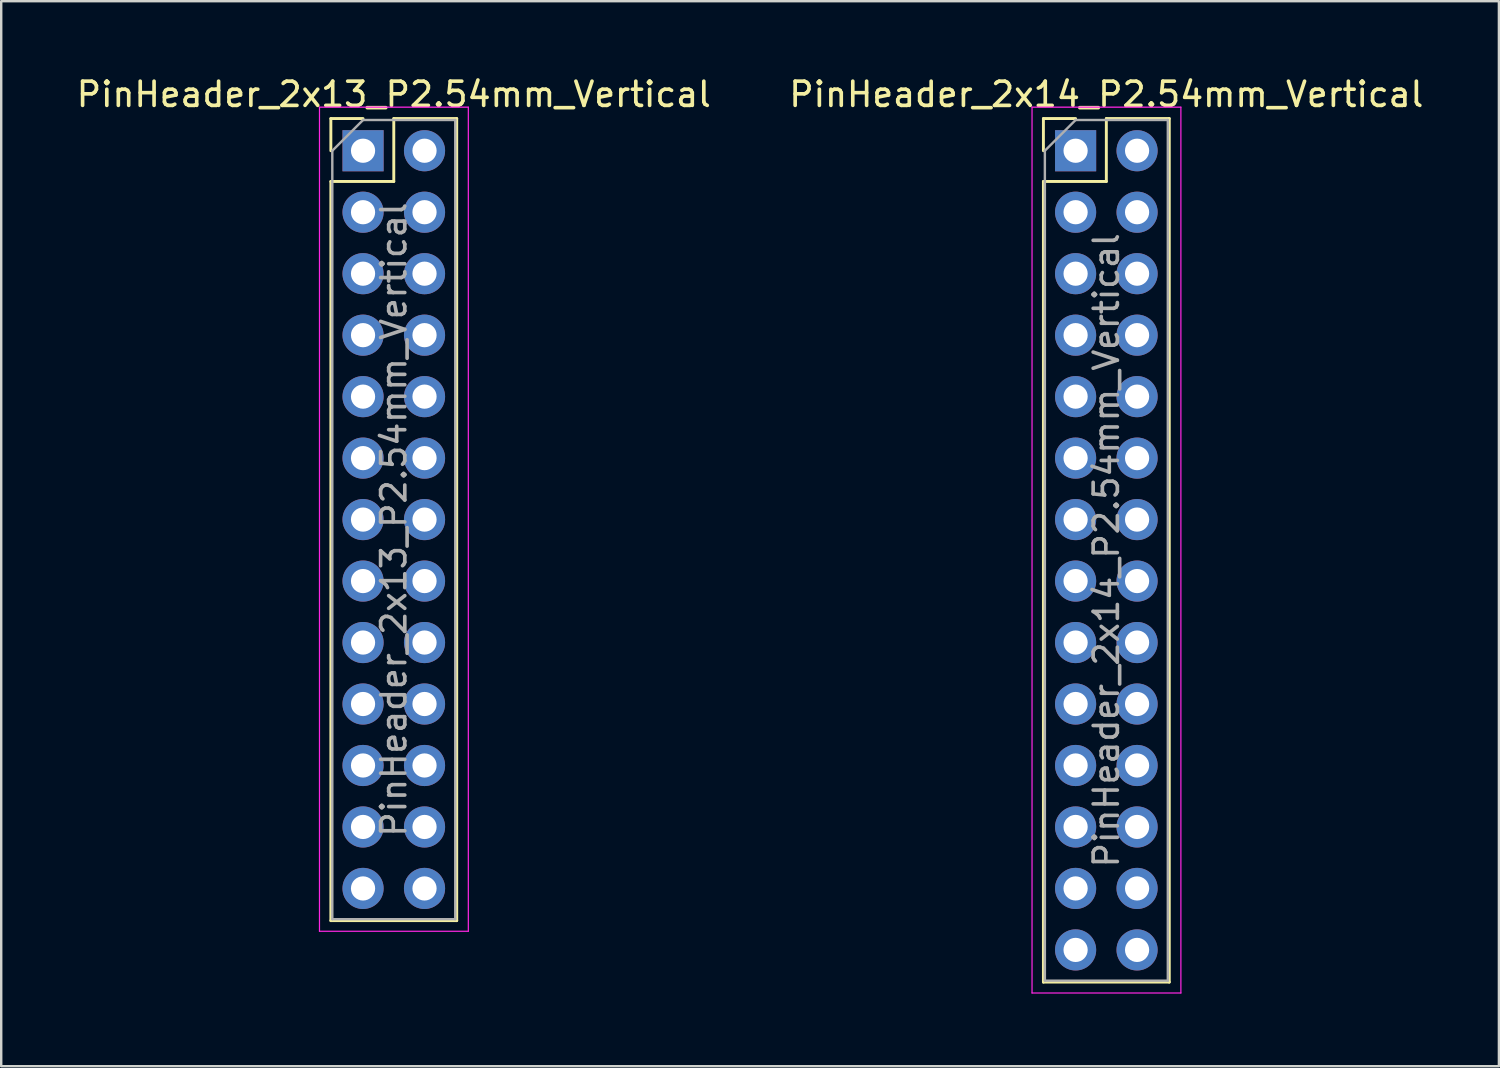
<source format=kicad_pcb>
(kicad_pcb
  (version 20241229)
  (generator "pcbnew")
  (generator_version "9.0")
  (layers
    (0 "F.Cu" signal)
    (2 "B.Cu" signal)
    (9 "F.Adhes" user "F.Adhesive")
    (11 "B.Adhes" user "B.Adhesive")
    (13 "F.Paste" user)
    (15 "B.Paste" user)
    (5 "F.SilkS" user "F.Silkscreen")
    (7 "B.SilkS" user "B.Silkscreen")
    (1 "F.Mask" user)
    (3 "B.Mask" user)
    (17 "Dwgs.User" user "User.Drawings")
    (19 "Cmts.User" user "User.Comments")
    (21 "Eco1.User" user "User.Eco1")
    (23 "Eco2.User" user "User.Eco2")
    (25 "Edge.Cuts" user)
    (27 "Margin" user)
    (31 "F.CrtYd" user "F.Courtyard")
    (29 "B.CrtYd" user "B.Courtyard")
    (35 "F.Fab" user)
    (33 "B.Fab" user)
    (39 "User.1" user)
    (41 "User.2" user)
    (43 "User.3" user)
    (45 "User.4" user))
  (footprint "PinHeader_2x13_P2.54mm_Vertical"
    (layer "F.Cu")
    (at 11.95 3.178)
    (property "Reference" "PinHeader_2x13_P2.54mm_Vertical" (at 1.27 -2.33 0) (layer "F.SilkS") (effects (font (size 1 1) (thickness 0.15))))
    (attr through_hole)
    (fp_line (start -1.33 -1.33) (end 0 -1.33) (stroke (width 0.12) (type solid)) (layer "F.SilkS"))
    (fp_line (start -1.33 0) (end -1.33 -1.33) (stroke (width 0.12) (type solid)) (layer "F.SilkS"))
    (fp_line (start -1.33 1.27) (end -1.33 31.81) (stroke (width 0.12) (type solid)) (layer "F.SilkS"))
    (fp_line (start -1.33 1.27) (end 1.27 1.27) (stroke (width 0.12) (type solid)) (layer "F.SilkS"))
    (fp_line (start -1.33 31.81) (end 3.87 31.81) (stroke (width 0.12) (type solid)) (layer "F.SilkS"))
    (fp_line (start 1.27 -1.33) (end 3.87 -1.33) (stroke (width 0.12) (type solid)) (layer "F.SilkS"))
    (fp_line (start 1.27 1.27) (end 1.27 -1.33) (stroke (width 0.12) (type solid)) (layer "F.SilkS"))
    (fp_line (start 3.87 -1.33) (end 3.87 31.81) (stroke (width 0.12) (type solid)) (layer "F.SilkS"))
    (fp_line (start -1.8 -1.8) (end -1.8 32.25) (stroke (width 0.05) (type solid)) (layer "F.CrtYd"))
    (fp_line (start -1.8 32.25) (end 4.35 32.25) (stroke (width 0.05) (type solid)) (layer "F.CrtYd"))
    (fp_line (start 4.35 -1.8) (end -1.8 -1.8) (stroke (width 0.05) (type solid)) (layer "F.CrtYd"))
    (fp_line (start 4.35 32.25) (end 4.35 -1.8) (stroke (width 0.05) (type solid)) (layer "F.CrtYd"))
    (fp_line (start -1.27 0) (end 0 -1.27) (stroke (width 0.1) (type solid)) (layer "F.Fab"))
    (fp_line (start -1.27 31.75) (end -1.27 0) (stroke (width 0.1) (type solid)) (layer "F.Fab"))
    (fp_line (start 0 -1.27) (end 3.81 -1.27) (stroke (width 0.1) (type solid)) (layer "F.Fab"))
    (fp_line (start 3.81 -1.27) (end 3.81 31.75) (stroke (width 0.1) (type solid)) (layer "F.Fab"))
    (fp_line (start 3.81 31.75) (end -1.27 31.75) (stroke (width 0.1) (type solid)) (layer "F.Fab"))
    (fp_text user "${REFERENCE}" (at 1.27 15.24 90) (layer "F.Fab") (effects (font (size 1 1) (thickness 0.15))))
    (pad "1" thru_hole rect (at 0 0) (size 1.7 1.7) (drill 1) (layers "*.Cu" "*.Mask"))
    (pad "2" thru_hole oval (at 2.54 0) (size 1.7 1.7) (drill 1) (layers "*.Cu" "*.Mask"))
    (pad "3" thru_hole oval (at 0 2.54) (size 1.7 1.7) (drill 1) (layers "*.Cu" "*.Mask"))
    (pad "4" thru_hole oval (at 2.54 2.54) (size 1.7 1.7) (drill 1) (layers "*.Cu" "*.Mask"))
    (pad "5" thru_hole oval (at 0 5.08) (size 1.7 1.7) (drill 1) (layers "*.Cu" "*.Mask"))
    (pad "6" thru_hole oval (at 2.54 5.08) (size 1.7 1.7) (drill 1) (layers "*.Cu" "*.Mask"))
    (pad "7" thru_hole oval (at 0 7.62) (size 1.7 1.7) (drill 1) (layers "*.Cu" "*.Mask"))
    (pad "8" thru_hole oval (at 2.54 7.62) (size 1.7 1.7) (drill 1) (layers "*.Cu" "*.Mask"))
    (pad "9" thru_hole oval (at 0 10.16) (size 1.7 1.7) (drill 1) (layers "*.Cu" "*.Mask"))
    (pad "10" thru_hole oval (at 2.54 10.16) (size 1.7 1.7) (drill 1) (layers "*.Cu" "*.Mask"))
    (pad "11" thru_hole oval (at 0 12.7) (size 1.7 1.7) (drill 1) (layers "*.Cu" "*.Mask"))
    (pad "12" thru_hole oval (at 2.54 12.7) (size 1.7 1.7) (drill 1) (layers "*.Cu" "*.Mask"))
    (pad "13" thru_hole oval (at 0 15.24) (size 1.7 1.7) (drill 1) (layers "*.Cu" "*.Mask"))
    (pad "14" thru_hole oval (at 2.54 15.24) (size 1.7 1.7) (drill 1) (layers "*.Cu" "*.Mask"))
    (pad "15" thru_hole oval (at 0 17.78) (size 1.7 1.7) (drill 1) (layers "*.Cu" "*.Mask"))
    (pad "16" thru_hole oval (at 2.54 17.78) (size 1.7 1.7) (drill 1) (layers "*.Cu" "*.Mask"))
    (pad "17" thru_hole oval (at 0 20.32) (size 1.7 1.7) (drill 1) (layers "*.Cu" "*.Mask"))
    (pad "18" thru_hole oval (at 2.54 20.32) (size 1.7 1.7) (drill 1) (layers "*.Cu" "*.Mask"))
    (pad "19" thru_hole oval (at 0 22.86) (size 1.7 1.7) (drill 1) (layers "*.Cu" "*.Mask"))
    (pad "20" thru_hole oval (at 2.54 22.86) (size 1.7 1.7) (drill 1) (layers "*.Cu" "*.Mask"))
    (pad "21" thru_hole oval (at 0 25.4) (size 1.7 1.7) (drill 1) (layers "*.Cu" "*.Mask"))
    (pad "22" thru_hole oval (at 2.54 25.4) (size 1.7 1.7) (drill 1) (layers "*.Cu" "*.Mask"))
    (pad "23" thru_hole oval (at 0 27.94) (size 1.7 1.7) (drill 1) (layers "*.Cu" "*.Mask"))
    (pad "24" thru_hole oval (at 2.54 27.94) (size 1.7 1.7) (drill 1) (layers "*.Cu" "*.Mask"))
    (pad "25" thru_hole oval (at 0 30.48) (size 1.7 1.7) (drill 1) (layers "*.Cu" "*.Mask"))
    (pad "26" thru_hole oval (at 2.54 30.48) (size 1.7 1.7) (drill 1) (layers "*.Cu" "*.Mask")))
  (footprint "PinHeader_2x14_P2.54mm_Vertical"
    (layer "F.Cu")
    (at 41.391 3.178)
    (property "Reference" "PinHeader_2x14_P2.54mm_Vertical" (at 1.27 -2.33 0) (layer "F.SilkS") (effects (font (size 1 1) (thickness 0.15))))
    (attr through_hole)
    (fp_line (start -1.33 -1.33) (end 0 -1.33) (stroke (width 0.12) (type solid)) (layer "F.SilkS"))
    (fp_line (start -1.33 0) (end -1.33 -1.33) (stroke (width 0.12) (type solid)) (layer "F.SilkS"))
    (fp_line (start -1.33 1.27) (end -1.33 34.35) (stroke (width 0.12) (type solid)) (layer "F.SilkS"))
    (fp_line (start -1.33 1.27) (end 1.27 1.27) (stroke (width 0.12) (type solid)) (layer "F.SilkS"))
    (fp_line (start -1.33 34.35) (end 3.87 34.35) (stroke (width 0.12) (type solid)) (layer "F.SilkS"))
    (fp_line (start 1.27 -1.33) (end 3.87 -1.33) (stroke (width 0.12) (type solid)) (layer "F.SilkS"))
    (fp_line (start 1.27 1.27) (end 1.27 -1.33) (stroke (width 0.12) (type solid)) (layer "F.SilkS"))
    (fp_line (start 3.87 -1.33) (end 3.87 34.35) (stroke (width 0.12) (type solid)) (layer "F.SilkS"))
    (fp_line (start -1.8 -1.8) (end -1.8 34.8) (stroke (width 0.05) (type solid)) (layer "F.CrtYd"))
    (fp_line (start -1.8 34.8) (end 4.35 34.8) (stroke (width 0.05) (type solid)) (layer "F.CrtYd"))
    (fp_line (start 4.35 -1.8) (end -1.8 -1.8) (stroke (width 0.05) (type solid)) (layer "F.CrtYd"))
    (fp_line (start 4.35 34.8) (end 4.35 -1.8) (stroke (width 0.05) (type solid)) (layer "F.CrtYd"))
    (fp_line (start -1.27 0) (end 0 -1.27) (stroke (width 0.1) (type solid)) (layer "F.Fab"))
    (fp_line (start -1.27 34.29) (end -1.27 0) (stroke (width 0.1) (type solid)) (layer "F.Fab"))
    (fp_line (start 0 -1.27) (end 3.81 -1.27) (stroke (width 0.1) (type solid)) (layer "F.Fab"))
    (fp_line (start 3.81 -1.27) (end 3.81 34.29) (stroke (width 0.1) (type solid)) (layer "F.Fab"))
    (fp_line (start 3.81 34.29) (end -1.27 34.29) (stroke (width 0.1) (type solid)) (layer "F.Fab"))
    (fp_text user "${REFERENCE}" (at 1.27 16.51 90) (layer "F.Fab") (effects (font (size 1 1) (thickness 0.15))))
    (pad "1" thru_hole rect (at 0 0) (size 1.7 1.7) (drill 1) (layers "*.Cu" "*.Mask"))
    (pad "2" thru_hole oval (at 2.54 0) (size 1.7 1.7) (drill 1) (layers "*.Cu" "*.Mask"))
    (pad "3" thru_hole oval (at 0 2.54) (size 1.7 1.7) (drill 1) (layers "*.Cu" "*.Mask"))
    (pad "4" thru_hole oval (at 2.54 2.54) (size 1.7 1.7) (drill 1) (layers "*.Cu" "*.Mask"))
    (pad "5" thru_hole oval (at 0 5.08) (size 1.7 1.7) (drill 1) (layers "*.Cu" "*.Mask"))
    (pad "6" thru_hole oval (at 2.54 5.08) (size 1.7 1.7) (drill 1) (layers "*.Cu" "*.Mask"))
    (pad "7" thru_hole oval (at 0 7.62) (size 1.7 1.7) (drill 1) (layers "*.Cu" "*.Mask"))
    (pad "8" thru_hole oval (at 2.54 7.62) (size 1.7 1.7) (drill 1) (layers "*.Cu" "*.Mask"))
    (pad "9" thru_hole oval (at 0 10.16) (size 1.7 1.7) (drill 1) (layers "*.Cu" "*.Mask"))
    (pad "10" thru_hole oval (at 2.54 10.16) (size 1.7 1.7) (drill 1) (layers "*.Cu" "*.Mask"))
    (pad "11" thru_hole oval (at 0 12.7) (size 1.7 1.7) (drill 1) (layers "*.Cu" "*.Mask"))
    (pad "12" thru_hole oval (at 2.54 12.7) (size 1.7 1.7) (drill 1) (layers "*.Cu" "*.Mask"))
    (pad "13" thru_hole oval (at 0 15.24) (size 1.7 1.7) (drill 1) (layers "*.Cu" "*.Mask"))
    (pad "14" thru_hole oval (at 2.54 15.24) (size 1.7 1.7) (drill 1) (layers "*.Cu" "*.Mask"))
    (pad "15" thru_hole oval (at 0 17.78) (size 1.7 1.7) (drill 1) (layers "*.Cu" "*.Mask"))
    (pad "16" thru_hole oval (at 2.54 17.78) (size 1.7 1.7) (drill 1) (layers "*.Cu" "*.Mask"))
    (pad "17" thru_hole oval (at 0 20.32) (size 1.7 1.7) (drill 1) (layers "*.Cu" "*.Mask"))
    (pad "18" thru_hole oval (at 2.54 20.32) (size 1.7 1.7) (drill 1) (layers "*.Cu" "*.Mask"))
    (pad "19" thru_hole oval (at 0 22.86) (size 1.7 1.7) (drill 1) (layers "*.Cu" "*.Mask"))
    (pad "20" thru_hole oval (at 2.54 22.86) (size 1.7 1.7) (drill 1) (layers "*.Cu" "*.Mask"))
    (pad "21" thru_hole oval (at 0 25.4) (size 1.7 1.7) (drill 1) (layers "*.Cu" "*.Mask"))
    (pad "22" thru_hole oval (at 2.54 25.4) (size 1.7 1.7) (drill 1) (layers "*.Cu" "*.Mask"))
    (pad "23" thru_hole oval (at 0 27.94) (size 1.7 1.7) (drill 1) (layers "*.Cu" "*.Mask"))
    (pad "24" thru_hole oval (at 2.54 27.94) (size 1.7 1.7) (drill 1) (layers "*.Cu" "*.Mask"))
    (pad "25" thru_hole oval (at 0 30.48) (size 1.7 1.7) (drill 1) (layers "*.Cu" "*.Mask"))
    (pad "26" thru_hole oval (at 2.54 30.48) (size 1.7 1.7) (drill 1) (layers "*.Cu" "*.Mask"))
    (pad "27" thru_hole oval (at 0 33.02) (size 1.7 1.7) (drill 1) (layers "*.Cu" "*.Mask"))
    (pad "28" thru_hole oval (at 2.54 33.02) (size 1.7 1.7) (drill 1) (layers "*.Cu" "*.Mask")))
  (gr_rect
    (start -3 -3)
    (end 58.881 41.003)
    (stroke (width 0.1) (type default))
    (fill no)
    (layer "Edge.Cuts")))
</source>
